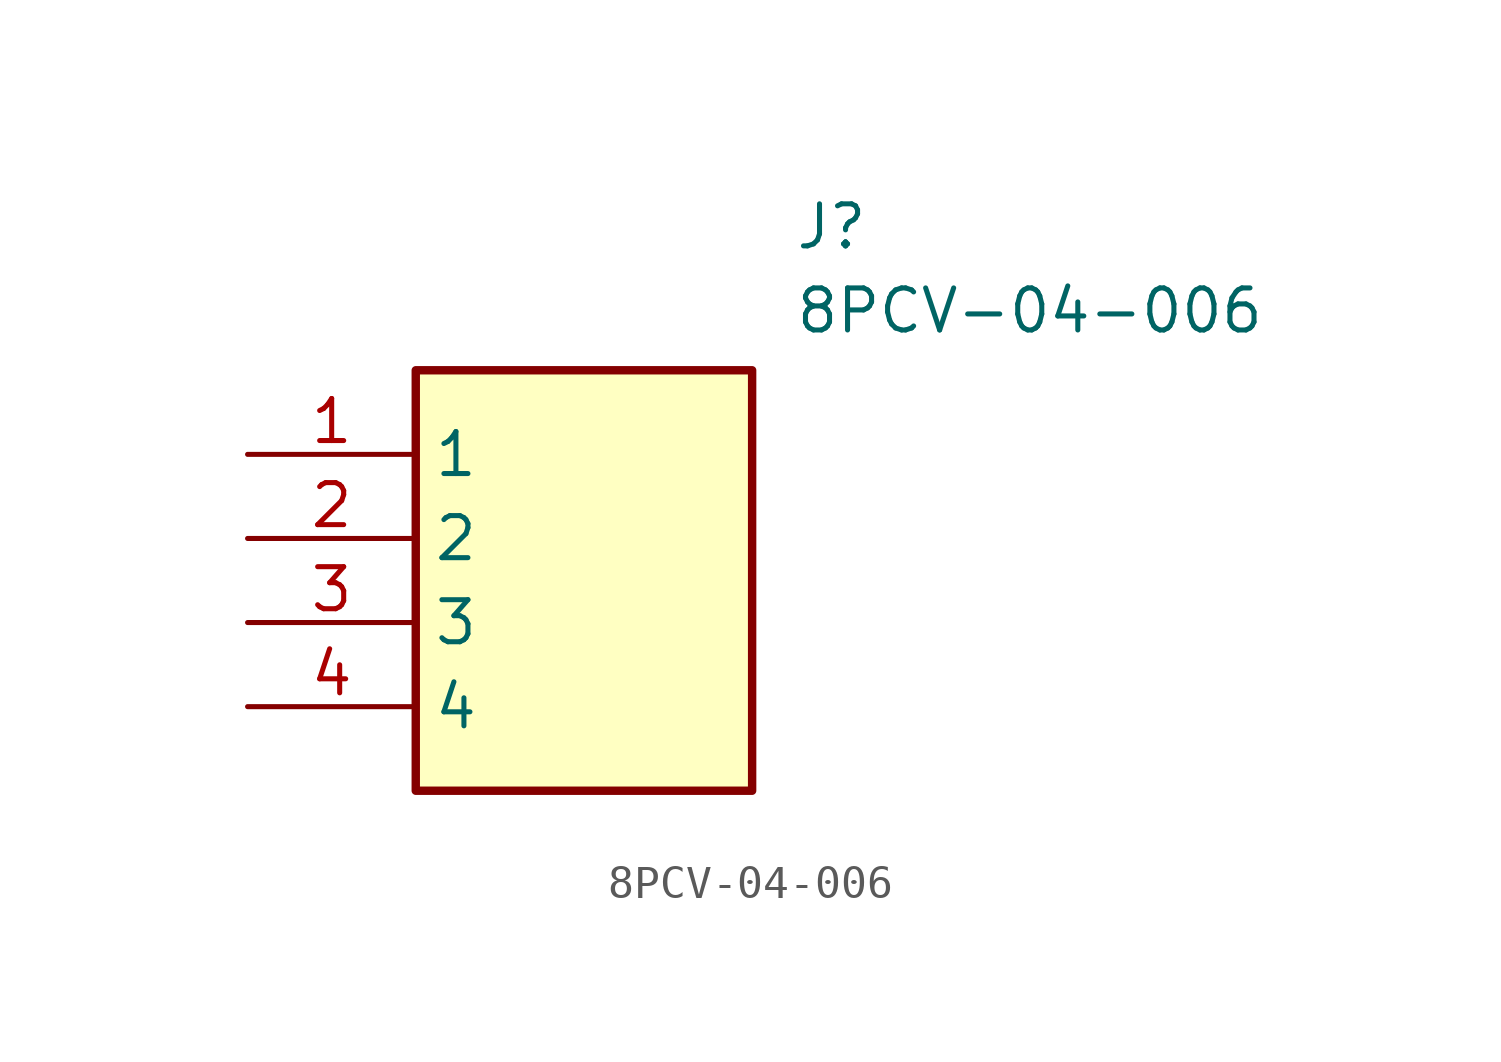
<source format=kicad_sym>
(kicad_symbol_lib
  (version 20211014)
  (generator SamacSys_ECAD_Model)
  (symbol "8PCV-04-006"
    (property "Reference" "J"
      (at 16.51 7.62 0)
      (effects (font (size 1.27 1.27)) (justify left top)))
    (property "Value" "8PCV-04-006"
      (at 16.51 5.08 0)
      (effects (font (size 1.27 1.27)) (justify left top)))
    (rectangle
      (start 5.08 2.54)
      (end 15.24 -10.16)
      (stroke (width 0.254) (type default))
      (fill (type background)))
    (pin passive line
      (at 0 0 0)
      (length 5.08)
      (name "1" (effects (font (size 1.27 1.27))))
      (number "1" (effects (font (size 1.27 1.27)))))
    (pin passive line
      (at 0 -2.54 0)
      (length 5.08)
      (name "2" (effects (font (size 1.27 1.27))))
      (number "2" (effects (font (size 1.27 1.27)))))
    (pin passive line
      (at 0 -5.08 0)
      (length 5.08)
      (name "3" (effects (font (size 1.27 1.27))))
      (number "3" (effects (font (size 1.27 1.27)))))
    (pin passive line
      (at 0 -7.62 0)
      (length 5.08)
      (name "4" (effects (font (size 1.27 1.27))))
      (number "4" (effects (font (size 1.27 1.27)))))))
</source>
